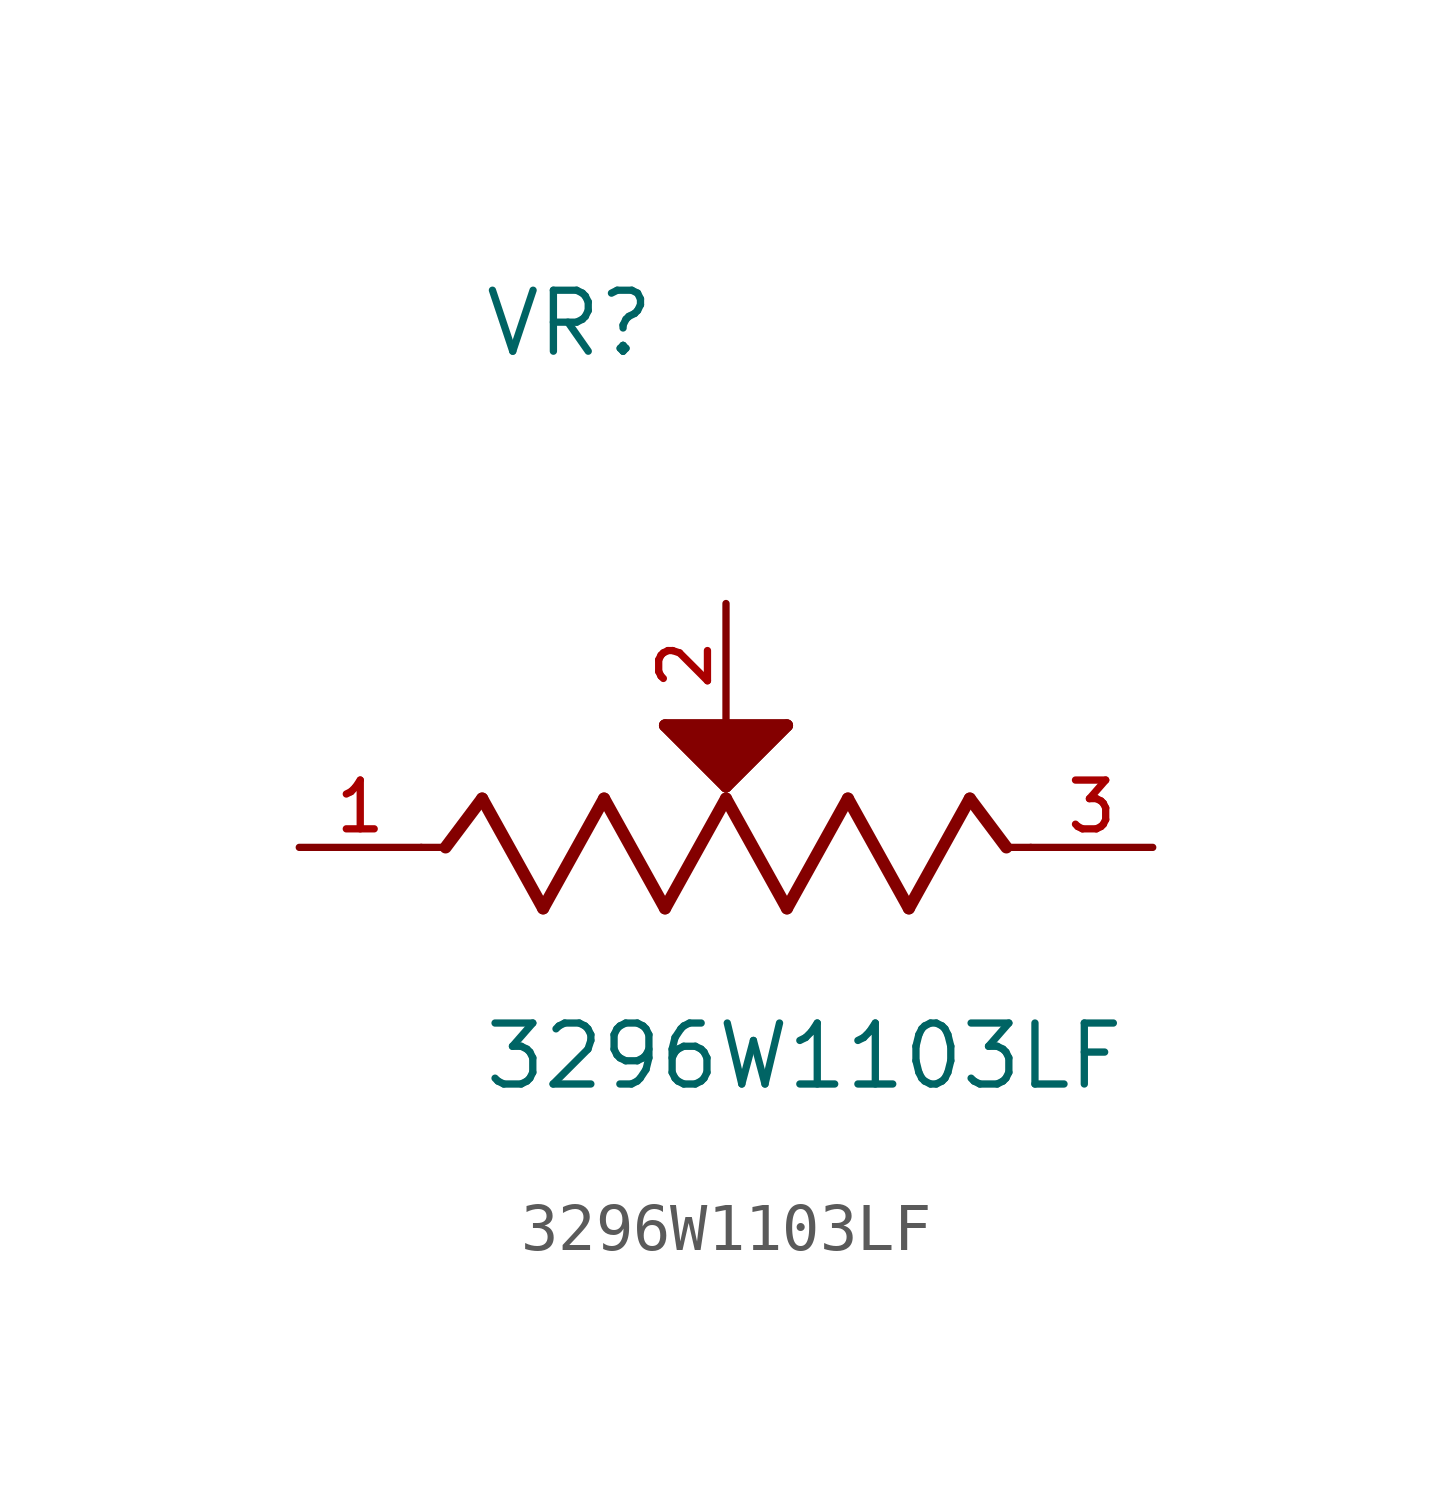
<source format=kicad_sym>
(kicad_symbol_lib
  (version 20211014)
  (generator kicad_symbol_editor)
  (symbol "3296W1103LF"
    (pin_names
      (offset 1.016))
    (property "Reference" "VR"
      (at -5.087 10.174 0)
      (effects (font (size 1.27 1.27)) (justify bottom left)))
    (property "Value" "3296W1103LF"
      (at -5.093 -5.093 0)
      (effects (font (size 1.27 1.27)) (justify bottom left)))
    (symbol "3296W1103LF_0_0"
      (polyline (pts (xy -6.35 0.0) (xy -5.842 0.0)) (stroke (width 0.152)))
      (polyline (pts (xy -5.842 0.0) (xy -5.08 1.016)) (stroke (width 0.254)))
      (polyline (pts (xy -5.08 1.016) (xy -3.81 -1.27)) (stroke (width 0.254)))
      (polyline (pts (xy -3.81 -1.27) (xy -2.54 1.016)) (stroke (width 0.254)))
      (polyline (pts (xy -2.54 1.016) (xy -1.27 -1.27)) (stroke (width 0.254)))
      (polyline (pts (xy -1.27 -1.27) (xy 0.0 1.016)) (stroke (width 0.254)))
      (polyline (pts (xy 0.0 1.016) (xy 1.27 -1.27)) (stroke (width 0.254)))
      (polyline (pts (xy 1.27 -1.27) (xy 2.54 1.016)) (stroke (width 0.254)))
      (polyline (pts (xy 2.54 1.016) (xy 3.81 -1.27)) (stroke (width 0.254)))
      (polyline (pts (xy 3.81 -1.27) (xy 5.08 1.016)) (stroke (width 0.254)))
      (polyline (pts (xy 5.842 0.0) (xy 5.08 1.016)) (stroke (width 0.254)))
      (polyline (pts (xy 5.842 0.0) (xy 6.35 0.0)) (stroke (width 0.152)))
      (polyline (pts (xy 0.0 1.27) (xy -1.27 2.54)) (stroke (width 0.254)))
      (polyline (pts (xy -1.27 2.54) (xy 1.27 2.54)) (stroke (width 0.254)))
      (polyline (pts (xy 1.27 2.54) (xy 0.0 1.27)) (stroke (width 0.254)))
      (polyline (pts (xy -1.27 2.54) (xy 1.27 2.54) (xy 0.0 1.27) (xy -1.27 2.54)) (stroke (width 0.254)) (fill (type outline)))
      (pin passive line (at -8.89 0.0 0) (length 2.54) (name "~" (effects (font (size 1.016 1.016)))) (number "1" (effects (font (size 1.016 1.016)))))
      (pin passive line (at 8.89 0.0 180.0) (length 2.54) (name "~" (effects (font (size 1.016 1.016)))) (number "3" (effects (font (size 1.016 1.016)))))
      (pin passive line (at 0.0 5.08 270.0) (length 2.54) (name "~" (effects (font (size 1.016 1.016)))) (number "2" (effects (font (size 1.016 1.016))))))))
</source>
